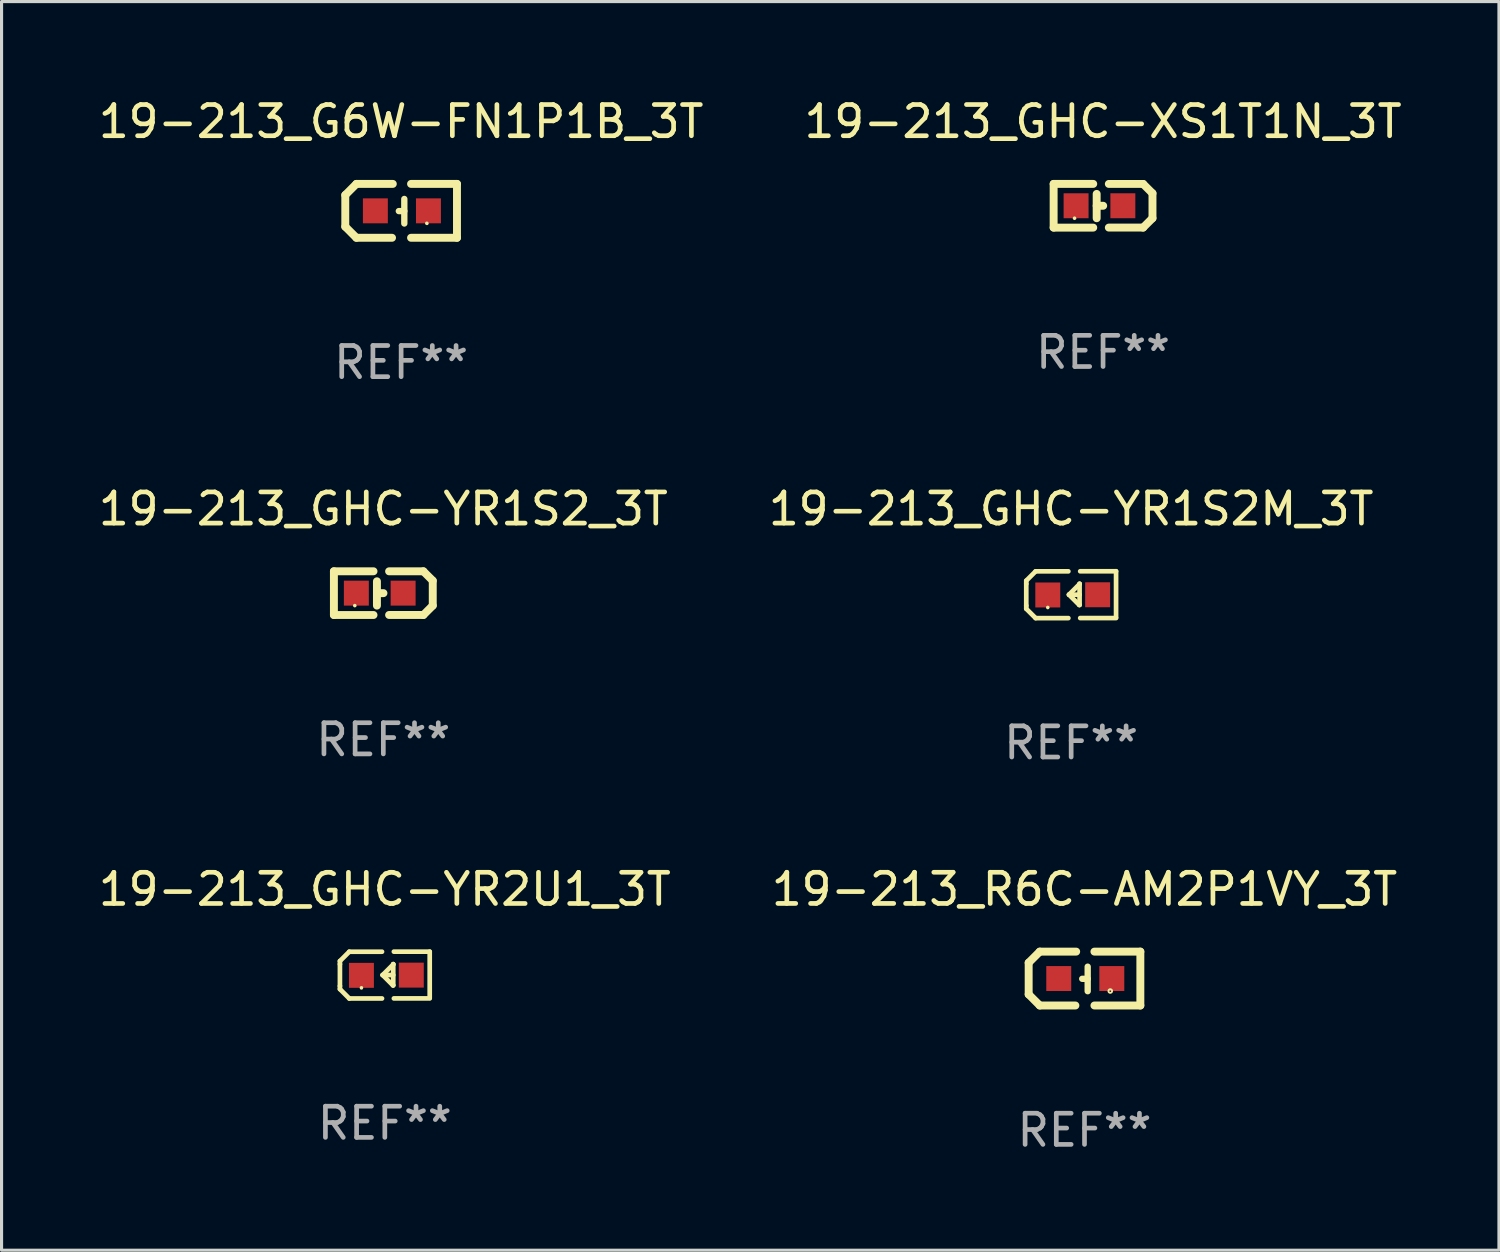
<source format=kicad_pcb>
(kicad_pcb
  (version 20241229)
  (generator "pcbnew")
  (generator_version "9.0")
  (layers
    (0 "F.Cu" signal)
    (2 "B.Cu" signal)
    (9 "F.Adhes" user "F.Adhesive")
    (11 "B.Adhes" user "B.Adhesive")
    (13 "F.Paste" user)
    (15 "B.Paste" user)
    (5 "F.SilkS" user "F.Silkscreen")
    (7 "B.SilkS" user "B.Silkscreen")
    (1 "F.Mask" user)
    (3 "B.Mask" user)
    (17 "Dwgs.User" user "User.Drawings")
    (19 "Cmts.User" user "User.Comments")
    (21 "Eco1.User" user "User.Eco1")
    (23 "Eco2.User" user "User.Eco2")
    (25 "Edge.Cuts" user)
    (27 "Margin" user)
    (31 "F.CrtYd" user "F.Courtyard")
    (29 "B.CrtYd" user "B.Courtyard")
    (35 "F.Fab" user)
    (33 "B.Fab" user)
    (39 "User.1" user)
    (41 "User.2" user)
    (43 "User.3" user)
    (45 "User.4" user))
  (footprint "19-213_GHC-YR2U1_3T"
    (layer "F.Cu")
    (at 9.292 28.222)
    (property "Reference" "19-213_GHC-YR2U1_3T" (at 0 -2.751 0) (layer "F.SilkS") (effects (font (size 1 1) (thickness 0.15))))
    (attr through_hole)
    (fp_line (start -1.44 -0.449) (end -1.14 -0.749) (stroke (width 0.15) (type solid)) (layer "F.SilkS"))
    (fp_line (start -1.44 -0.349) (end -1.44 -0.449) (stroke (width 0.15) (type solid)) (layer "F.SilkS"))
    (fp_line (start -1.44 -0.349) (end -1.44 0.351) (stroke (width 0.15) (type solid)) (layer "F.SilkS"))
    (fp_line (start -1.44 0.351) (end -1.44 0.451) (stroke (width 0.15) (type solid)) (layer "F.SilkS"))
    (fp_line (start -1.44 0.451) (end -1.14 0.751) (stroke (width 0.15) (type solid)) (layer "F.SilkS"))
    (fp_line (start -0.09 -0.749) (end -1.14 -0.749) (stroke (width 0.15) (type solid)) (layer "F.SilkS"))
    (fp_line (start -0.09 0.751) (end -1.14 0.751) (stroke (width 0.15) (type solid)) (layer "F.SilkS"))
    (fp_line (start 0.26 0.329) (end -0.07 -0.001) (stroke (width 0.15) (type solid)) (layer "F.SilkS"))
    (fp_line (start 0.27 -0.351) (end 0.27 -0.341) (stroke (width 0.15) (type solid)) (layer "F.SilkS"))
    (fp_line (start 0.27 -0.351) (end 0.27 0.329) (stroke (width 0.15) (type solid)) (layer "F.SilkS"))
    (fp_line (start 0.27 -0.341) (end -0.07 -0.001) (stroke (width 0.15) (type solid)) (layer "F.SilkS"))
    (fp_line (start 0.27 -0.001) (end -0.07 -0.001) (stroke (width 0.15) (type solid)) (layer "F.SilkS"))
    (fp_line (start 0.27 0.329) (end 0.26 0.329) (stroke (width 0.15) (type solid)) (layer "F.SilkS"))
    (fp_line (start 0.29 -0.751) (end 1.44 -0.751) (stroke (width 0.15) (type solid)) (layer "F.SilkS"))
    (fp_line (start 0.29 0.749) (end 1.44 0.749) (stroke (width 0.15) (type solid)) (layer "F.SilkS"))
    (fp_line (start 1.44 -0.751) (end 1.44 0.729) (stroke (width 0.15) (type solid)) (layer "F.SilkS"))
    (fp_circle (center -0.75 0.409) (end -0.72 0.409) (stroke (width 0.06) (type solid)) (fill no) (layer "F.SilkS"))
    (fp_text user "REF**" (at 0 4.751 0) (layer "F.Fab") (effects (font (size 1 1) (thickness 0.15))))
    (pad "1" smd rect (at -0.75 0.009 90) (size 0.8 0.8) (layers "F.Cu" "F.Mask" "F.Paste"))
    (pad "2" smd rect (at 0.849 0.002 90) (size 0.8 0.8) (layers "F.Cu" "F.Mask" "F.Paste")))
  (footprint "19-213_R6C-AM2P1VY_3T"
    (layer "F.Cu")
    (at 31.732 28.334)
    (property "Reference" "19-213_R6C-AM2P1VY_3T" (at 0 -2.864 0) (layer "F.SilkS") (effects (font (size 1 1) (thickness 0.15))))
    (attr through_hole)
    (fp_line (start -1.791 -0.508) (end -1.435 -0.864) (stroke (width 0.254) (type solid)) (layer "F.SilkS"))
    (fp_line (start -1.791 0.508) (end -1.791 -0.508) (stroke (width 0.254) (type solid)) (layer "F.SilkS"))
    (fp_line (start -1.435 0.864) (end -1.791 0.508) (stroke (width 0.254) (type solid)) (layer "F.SilkS"))
    (fp_line (start -0.292 0.864) (end -1.435 0.864) (stroke (width 0.254) (type solid)) (layer "F.SilkS"))
    (fp_line (start -0.267 -0.864) (end -1.435 -0.864) (stroke (width 0.254) (type solid)) (layer "F.SilkS"))
    (fp_line (start 0.102 0.008) (end -0.074 0.008) (stroke (width 0.203) (type solid)) (layer "F.SilkS"))
    (fp_line (start 0.102 0.406) (end 0.102 -0.381) (stroke (width 0.203) (type solid)) (layer "F.SilkS"))
    (fp_line (start 1.791 -0.864) (end 0.318 -0.864) (stroke (width 0.254) (type solid)) (layer "F.SilkS"))
    (fp_line (start 1.791 0.864) (end 0.318 0.864) (stroke (width 0.254) (type solid)) (layer "F.SilkS"))
    (fp_line (start 1.791 0.864) (end 1.791 -0.864) (stroke (width 0.254) (type solid)) (layer "F.SilkS"))
    (fp_circle (center 0.826 0.4) (end 0.855 0.4) (stroke (width 0.06) (type solid)) (fill no) (layer "F.SilkS"))
    (fp_text user "REF**" (at 0 4.864 0) (layer "F.Fab") (effects (font (size 1 1) (thickness 0.15))))
    (pad "1" smd rect (at 0.876 0 90) (size 0.8 0.8) (layers "F.Cu" "F.Mask" "F.Paste"))
    (pad "2" smd rect (at -0.826 0 90) (size 0.8 0.8) (layers "F.Cu" "F.Mask" "F.Paste")))
  (footprint "19-213_G6W-FN1P1B_3T"
    (layer "F.Cu")
    (at 9.815 3.712)
    (property "Reference" "19-213_G6W-FN1P1B_3T" (at 0 -2.864 0) (layer "F.SilkS") (effects (font (size 1 1) (thickness 0.15))))
    (attr through_hole)
    (fp_line (start -1.791 -0.508) (end -1.435 -0.864) (stroke (width 0.254) (type solid)) (layer "F.SilkS"))
    (fp_line (start -1.791 0.508) (end -1.791 -0.508) (stroke (width 0.254) (type solid)) (layer "F.SilkS"))
    (fp_line (start -1.435 0.864) (end -1.791 0.508) (stroke (width 0.254) (type solid)) (layer "F.SilkS"))
    (fp_line (start -0.292 0.864) (end -1.435 0.864) (stroke (width 0.254) (type solid)) (layer "F.SilkS"))
    (fp_line (start -0.267 -0.864) (end -1.435 -0.864) (stroke (width 0.254) (type solid)) (layer "F.SilkS"))
    (fp_line (start 0.102 0.008) (end -0.074 0.008) (stroke (width 0.203) (type solid)) (layer "F.SilkS"))
    (fp_line (start 0.102 0.406) (end 0.102 -0.381) (stroke (width 0.203) (type solid)) (layer "F.SilkS"))
    (fp_line (start 1.791 -0.864) (end 0.318 -0.864) (stroke (width 0.254) (type solid)) (layer "F.SilkS"))
    (fp_line (start 1.791 0.864) (end 0.318 0.864) (stroke (width 0.254) (type solid)) (layer "F.SilkS"))
    (fp_line (start 1.791 0.864) (end 1.791 -0.864) (stroke (width 0.254) (type solid)) (layer "F.SilkS"))
    (fp_circle (center 0.825 0.4) (end 0.855 0.4) (stroke (width 0.06) (type solid)) (fill no) (layer "F.SilkS"))
    (fp_text user "REF**" (at 0 4.864 0) (layer "F.Fab") (effects (font (size 1 1) (thickness 0.15))))
    (pad "1" smd rect (at 0.876 0 90) (size 0.8 0.8) (layers "F.Cu" "F.Mask" "F.Paste"))
    (pad "2" smd rect (at -0.826 0 90) (size 0.8 0.8) (layers "F.Cu" "F.Mask" "F.Paste")))
  (footprint "19-213_GHC-XS1T1N_3T"
    (layer "F.Cu")
    (at 32.327 3.549)
    (property "Reference" "19-213_GHC-XS1T1N_3T" (at 0 -2.701 0) (layer "F.SilkS") (effects (font (size 1 1) (thickness 0.15))))
    (attr through_hole)
    (fp_line (start -1.585 -0.701) (end -0.315 -0.701) (stroke (width 0.254) (type solid)) (layer "F.SilkS"))
    (fp_line (start -1.585 0.701) (end -1.585 -0.701) (stroke (width 0.254) (type solid)) (layer "F.SilkS"))
    (fp_line (start -0.315 0.701) (end -1.585 0.701) (stroke (width 0.254) (type solid)) (layer "F.SilkS"))
    (fp_line (start -0.205 0.002) (end 0.004 0.000127) (stroke (width 0.254) (type solid)) (layer "F.SilkS"))
    (fp_line (start -0.205 0.4) (end -0.205 -0.38) (stroke (width 0.254) (type solid)) (layer "F.SilkS"))
    (fp_line (start 0.185 0.7) (end 1.285 0.7) (stroke (width 0.254) (type solid)) (layer "F.SilkS"))
    (fp_line (start 1.285 -0.7) (end 0.185 -0.7) (stroke (width 0.254) (type solid)) (layer "F.SilkS"))
    (fp_line (start 1.285 0.7) (end 1.585 0.4) (stroke (width 0.254) (type solid)) (layer "F.SilkS"))
    (fp_line (start 1.585 -0.4) (end 1.285 -0.7) (stroke (width 0.254) (type solid)) (layer "F.SilkS"))
    (fp_line (start 1.585 0.4) (end 1.585 -0.4) (stroke (width 0.254) (type solid)) (layer "F.SilkS"))
    (fp_circle (center -0.915 0.4) (end -0.885 0.4) (stroke (width 0.06) (type solid)) (fill no) (layer "F.SilkS"))
    (fp_text user "REF**" (at 0 4.701 0) (layer "F.Fab") (effects (font (size 1 1) (thickness 0.15))))
    (pad "1" smd rect (at -0.865 0 180) (size 0.8 0.8) (layers "F.Cu" "F.Mask" "F.Paste"))
    (pad "2" smd rect (at 0.635 0 180) (size 0.8 0.8) (layers "F.Cu" "F.Mask" "F.Paste")))
  (footprint "19-213_GHC-YR1S2_3T"
    (layer "F.Cu")
    (at 9.244 15.973)
    (property "Reference" "19-213_GHC-YR1S2_3T" (at 0 -2.701 0) (layer "F.SilkS") (effects (font (size 1 1) (thickness 0.15))))
    (attr through_hole)
    (fp_line (start -1.585 -0.701) (end -0.315 -0.701) (stroke (width 0.254) (type solid)) (layer "F.SilkS"))
    (fp_line (start -1.585 0.701) (end -1.585 -0.701) (stroke (width 0.254) (type solid)) (layer "F.SilkS"))
    (fp_line (start -0.315 0.701) (end -1.585 0.701) (stroke (width 0.254) (type solid)) (layer "F.SilkS"))
    (fp_line (start -0.205 0.002) (end 0.004 0.000127) (stroke (width 0.254) (type solid)) (layer "F.SilkS"))
    (fp_line (start -0.205 0.4) (end -0.205 -0.38) (stroke (width 0.254) (type solid)) (layer "F.SilkS"))
    (fp_line (start 0.185 0.7) (end 1.285 0.7) (stroke (width 0.254) (type solid)) (layer "F.SilkS"))
    (fp_line (start 1.285 -0.7) (end 0.185 -0.7) (stroke (width 0.254) (type solid)) (layer "F.SilkS"))
    (fp_line (start 1.285 0.7) (end 1.585 0.4) (stroke (width 0.254) (type solid)) (layer "F.SilkS"))
    (fp_line (start 1.585 -0.4) (end 1.285 -0.7) (stroke (width 0.254) (type solid)) (layer "F.SilkS"))
    (fp_line (start 1.585 0.4) (end 1.585 -0.4) (stroke (width 0.254) (type solid)) (layer "F.SilkS"))
    (fp_circle (center -0.915 0.4) (end -0.885 0.4) (stroke (width 0.06) (type solid)) (fill no) (layer "F.SilkS"))
    (fp_text user "REF**" (at 0 4.701 0) (layer "F.Fab") (effects (font (size 1 1) (thickness 0.15))))
    (pad "1" smd rect (at -0.865 0 180) (size 0.8 0.8) (layers "F.Cu" "F.Mask" "F.Paste"))
    (pad "2" smd rect (at 0.635 0 180) (size 0.8 0.8) (layers "F.Cu" "F.Mask" "F.Paste")))
  (footprint "19-213_GHC-YR1S2M_3T"
    (layer "F.Cu")
    (at 31.304 16.023)
    (property "Reference" "19-213_GHC-YR1S2M_3T" (at 0 -2.751 0) (layer "F.SilkS") (effects (font (size 1 1) (thickness 0.15))))
    (attr through_hole)
    (fp_line (start -1.44 -0.449) (end -1.14 -0.749) (stroke (width 0.15) (type solid)) (layer "F.SilkS"))
    (fp_line (start -1.44 -0.349) (end -1.44 -0.449) (stroke (width 0.15) (type solid)) (layer "F.SilkS"))
    (fp_line (start -1.44 -0.349) (end -1.44 0.351) (stroke (width 0.15) (type solid)) (layer "F.SilkS"))
    (fp_line (start -1.44 0.351) (end -1.44 0.451) (stroke (width 0.15) (type solid)) (layer "F.SilkS"))
    (fp_line (start -1.44 0.451) (end -1.14 0.751) (stroke (width 0.15) (type solid)) (layer "F.SilkS"))
    (fp_line (start -0.09 -0.749) (end -1.14 -0.749) (stroke (width 0.15) (type solid)) (layer "F.SilkS"))
    (fp_line (start -0.09 0.751) (end -1.14 0.751) (stroke (width 0.15) (type solid)) (layer "F.SilkS"))
    (fp_line (start 0.26 0.329) (end -0.07 -0.001) (stroke (width 0.15) (type solid)) (layer "F.SilkS"))
    (fp_line (start 0.27 -0.351) (end 0.27 -0.341) (stroke (width 0.15) (type solid)) (layer "F.SilkS"))
    (fp_line (start 0.27 -0.351) (end 0.27 0.329) (stroke (width 0.15) (type solid)) (layer "F.SilkS"))
    (fp_line (start 0.27 -0.341) (end -0.07 -0.001) (stroke (width 0.15) (type solid)) (layer "F.SilkS"))
    (fp_line (start 0.27 -0.001) (end -0.07 -0.001) (stroke (width 0.15) (type solid)) (layer "F.SilkS"))
    (fp_line (start 0.27 0.329) (end 0.26 0.329) (stroke (width 0.15) (type solid)) (layer "F.SilkS"))
    (fp_line (start 0.29 -0.751) (end 1.44 -0.751) (stroke (width 0.15) (type solid)) (layer "F.SilkS"))
    (fp_line (start 0.29 0.749) (end 1.44 0.749) (stroke (width 0.15) (type solid)) (layer "F.SilkS"))
    (fp_line (start 1.44 -0.751) (end 1.44 0.729) (stroke (width 0.15) (type solid)) (layer "F.SilkS"))
    (fp_circle (center -0.75 0.409) (end -0.72 0.409) (stroke (width 0.06) (type solid)) (fill no) (layer "F.SilkS"))
    (fp_text user "REF**" (at 0 4.751 0) (layer "F.Fab") (effects (font (size 1 1) (thickness 0.15))))
    (pad "1" smd rect (at -0.75 0.009 90) (size 0.8 0.8) (layers "F.Cu" "F.Mask" "F.Paste"))
    (pad "2" smd rect (at 0.849 0.002 90) (size 0.8 0.8) (layers "F.Cu" "F.Mask" "F.Paste")))
  (gr_rect
    (start -3 -3)
    (end 45.024 37.046)
    (stroke (width 0.1) (type default))
    (fill no)
    (layer "Edge.Cuts")))
</source>
